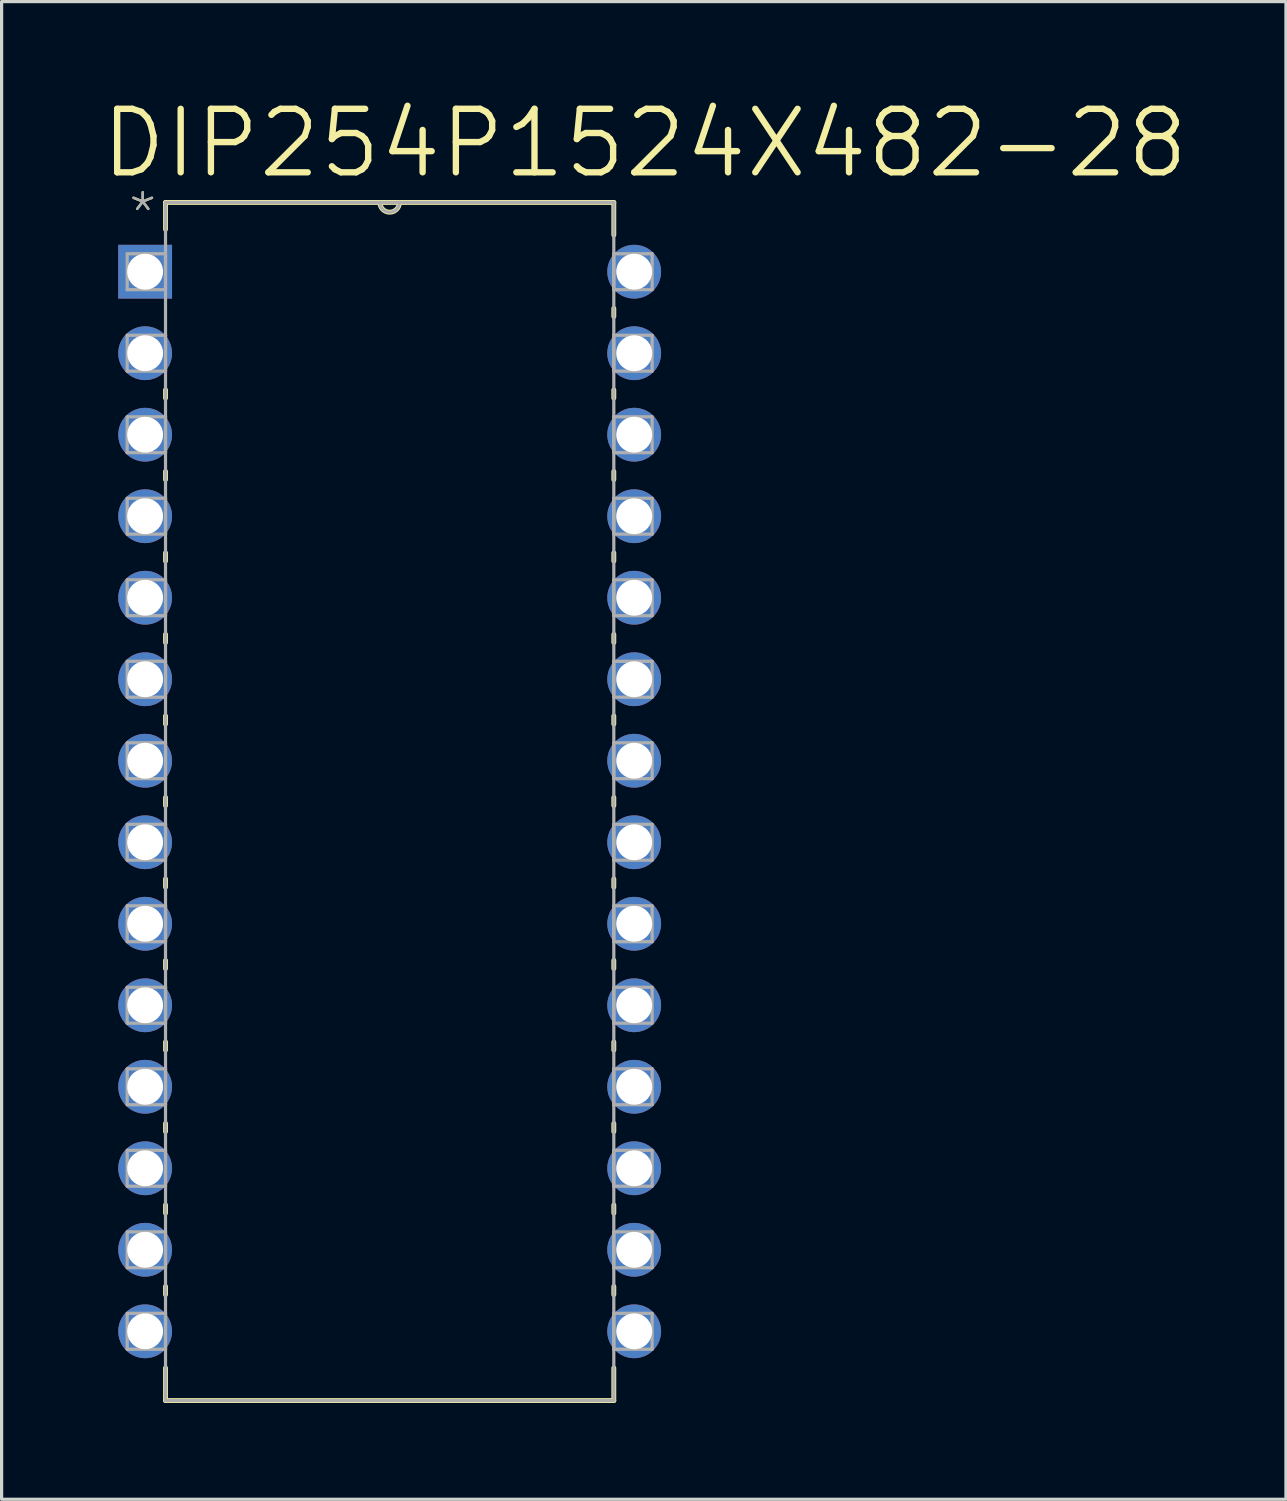
<source format=kicad_pcb>
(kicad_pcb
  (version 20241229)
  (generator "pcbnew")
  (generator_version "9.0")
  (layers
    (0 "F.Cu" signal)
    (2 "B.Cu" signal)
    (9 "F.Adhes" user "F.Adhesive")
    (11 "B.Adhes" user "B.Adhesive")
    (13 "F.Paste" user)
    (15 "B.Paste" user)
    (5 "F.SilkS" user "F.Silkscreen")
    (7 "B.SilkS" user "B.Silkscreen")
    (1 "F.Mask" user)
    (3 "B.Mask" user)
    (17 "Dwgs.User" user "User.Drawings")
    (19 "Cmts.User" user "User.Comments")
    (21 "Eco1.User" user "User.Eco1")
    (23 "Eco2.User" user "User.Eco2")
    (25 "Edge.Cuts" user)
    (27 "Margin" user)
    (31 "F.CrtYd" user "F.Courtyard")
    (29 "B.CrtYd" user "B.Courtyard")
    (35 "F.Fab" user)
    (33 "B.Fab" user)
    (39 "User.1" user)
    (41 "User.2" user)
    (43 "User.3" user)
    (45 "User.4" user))
  (footprint "DIP254P1524X482-28"
    (layer "F.Cu")
    (at 16.713 38.437)
    (property "Reference" "DIP254P1524X482-28" (at -16.713 -35.865 0) (layer "F.SilkS") (effects (font (size 1.979 1.979) (thickness 0.198)) (justify left bottom)))
    (attr through_hole)
    (fp_line (start -14.605 -35.179) (end -14.605 -34.341) (stroke (width 0.152) (type solid)) (layer "F.SilkS"))
    (fp_line (start -14.605 -29.337) (end -14.605 -29.083) (stroke (width 0.152) (type solid)) (layer "F.SilkS"))
    (fp_line (start -14.605 -26.797) (end -14.605 -26.543) (stroke (width 0.152) (type solid)) (layer "F.SilkS"))
    (fp_line (start -14.605 -24.257) (end -14.605 -24.003) (stroke (width 0.152) (type solid)) (layer "F.SilkS"))
    (fp_line (start -14.605 -21.717) (end -14.605 -21.463) (stroke (width 0.152) (type solid)) (layer "F.SilkS"))
    (fp_line (start -14.605 -19.177) (end -14.605 -18.923) (stroke (width 0.152) (type solid)) (layer "F.SilkS"))
    (fp_line (start -14.605 -16.637) (end -14.605 -16.383) (stroke (width 0.152) (type solid)) (layer "F.SilkS"))
    (fp_line (start -14.605 -14.097) (end -14.605 -13.843) (stroke (width 0.152) (type solid)) (layer "F.SilkS"))
    (fp_line (start -14.605 -11.557) (end -14.605 -11.303) (stroke (width 0.152) (type solid)) (layer "F.SilkS"))
    (fp_line (start -14.605 -9.017) (end -14.605 -8.763) (stroke (width 0.152) (type solid)) (layer "F.SilkS"))
    (fp_line (start -14.605 -6.477) (end -14.605 -6.223) (stroke (width 0.152) (type solid)) (layer "F.SilkS"))
    (fp_line (start -14.605 -3.937) (end -14.605 -3.683) (stroke (width 0.152) (type solid)) (layer "F.SilkS"))
    (fp_line (start -14.605 -1.397) (end -14.605 -1.143) (stroke (width 0.152) (type solid)) (layer "F.SilkS"))
    (fp_line (start -14.605 1.143) (end -14.605 2.159) (stroke (width 0.152) (type solid)) (layer "F.SilkS"))
    (fp_line (start -14.605 2.159) (end -0.635 2.159) (stroke (width 0.152) (type solid)) (layer "F.SilkS"))
    (fp_line (start -7.925 -35.179) (end -14.605 -35.179) (stroke (width 0.152) (type solid)) (layer "F.SilkS"))
    (fp_line (start -7.315 -35.179) (end -7.925 -35.179) (stroke (width 0.152) (type solid)) (layer "F.SilkS"))
    (fp_line (start -0.635 -35.179) (end -7.315 -35.179) (stroke (width 0.152) (type solid)) (layer "F.SilkS"))
    (fp_line (start -0.635 -34.163) (end -0.635 -35.179) (stroke (width 0.152) (type solid)) (layer "F.SilkS"))
    (fp_line (start -0.635 -31.623) (end -0.635 -31.877) (stroke (width 0.152) (type solid)) (layer "F.SilkS"))
    (fp_line (start -0.635 -29.083) (end -0.635 -29.337) (stroke (width 0.152) (type solid)) (layer "F.SilkS"))
    (fp_line (start -0.635 -26.543) (end -0.635 -26.797) (stroke (width 0.152) (type solid)) (layer "F.SilkS"))
    (fp_line (start -0.635 -24.003) (end -0.635 -24.257) (stroke (width 0.152) (type solid)) (layer "F.SilkS"))
    (fp_line (start -0.635 -21.463) (end -0.635 -21.717) (stroke (width 0.152) (type solid)) (layer "F.SilkS"))
    (fp_line (start -0.635 -18.923) (end -0.635 -19.177) (stroke (width 0.152) (type solid)) (layer "F.SilkS"))
    (fp_line (start -0.635 -16.383) (end -0.635 -16.637) (stroke (width 0.152) (type solid)) (layer "F.SilkS"))
    (fp_line (start -0.635 -13.843) (end -0.635 -14.097) (stroke (width 0.152) (type solid)) (layer "F.SilkS"))
    (fp_line (start -0.635 -11.303) (end -0.635 -11.557) (stroke (width 0.152) (type solid)) (layer "F.SilkS"))
    (fp_line (start -0.635 -8.763) (end -0.635 -9.017) (stroke (width 0.152) (type solid)) (layer "F.SilkS"))
    (fp_line (start -0.635 -6.223) (end -0.635 -6.477) (stroke (width 0.152) (type solid)) (layer "F.SilkS"))
    (fp_line (start -0.635 -3.683) (end -0.635 -3.937) (stroke (width 0.152) (type solid)) (layer "F.SilkS"))
    (fp_line (start -0.635 -1.143) (end -0.635 -1.397) (stroke (width 0.152) (type solid)) (layer "F.SilkS"))
    (fp_line (start -0.635 2.159) (end -0.635 1.143) (stroke (width 0.152) (type solid)) (layer "F.SilkS"))
    (fp_arc (start -7.3152 -35.179) (mid -7.62 -34.8742) (end -7.9248 -35.179) (stroke (width 0.1524) (type solid)) (layer "F.SilkS"))
    (fp_line (start -15.799 -33.579) (end -15.799 -32.461) (stroke (width 0.1) (type solid)) (layer "F.Fab"))
    (fp_line (start -15.799 -32.461) (end -14.605 -32.461) (stroke (width 0.1) (type solid)) (layer "F.Fab"))
    (fp_line (start -15.799 -31.039) (end -15.799 -29.921) (stroke (width 0.1) (type solid)) (layer "F.Fab"))
    (fp_line (start -15.799 -29.921) (end -14.605 -29.921) (stroke (width 0.1) (type solid)) (layer "F.Fab"))
    (fp_line (start -15.799 -28.499) (end -15.799 -27.381) (stroke (width 0.1) (type solid)) (layer "F.Fab"))
    (fp_line (start -15.799 -27.381) (end -14.605 -27.381) (stroke (width 0.1) (type solid)) (layer "F.Fab"))
    (fp_line (start -15.799 -25.959) (end -15.799 -24.841) (stroke (width 0.1) (type solid)) (layer "F.Fab"))
    (fp_line (start -15.799 -24.841) (end -14.605 -24.841) (stroke (width 0.1) (type solid)) (layer "F.Fab"))
    (fp_line (start -15.799 -23.419) (end -15.799 -22.301) (stroke (width 0.1) (type solid)) (layer "F.Fab"))
    (fp_line (start -15.799 -22.301) (end -14.605 -22.301) (stroke (width 0.1) (type solid)) (layer "F.Fab"))
    (fp_line (start -15.799 -20.879) (end -15.799 -19.761) (stroke (width 0.1) (type solid)) (layer "F.Fab"))
    (fp_line (start -15.799 -19.761) (end -14.605 -19.761) (stroke (width 0.1) (type solid)) (layer "F.Fab"))
    (fp_line (start -15.799 -18.339) (end -15.799 -17.221) (stroke (width 0.1) (type solid)) (layer "F.Fab"))
    (fp_line (start -15.799 -17.221) (end -14.605 -17.221) (stroke (width 0.1) (type solid)) (layer "F.Fab"))
    (fp_line (start -15.799 -15.799) (end -15.799 -14.681) (stroke (width 0.1) (type solid)) (layer "F.Fab"))
    (fp_line (start -15.799 -14.681) (end -14.605 -14.681) (stroke (width 0.1) (type solid)) (layer "F.Fab"))
    (fp_line (start -15.799 -13.259) (end -15.799 -12.141) (stroke (width 0.1) (type solid)) (layer "F.Fab"))
    (fp_line (start -15.799 -12.141) (end -14.605 -12.141) (stroke (width 0.1) (type solid)) (layer "F.Fab"))
    (fp_line (start -15.799 -10.719) (end -15.799 -9.601) (stroke (width 0.1) (type solid)) (layer "F.Fab"))
    (fp_line (start -15.799 -9.601) (end -14.605 -9.601) (stroke (width 0.1) (type solid)) (layer "F.Fab"))
    (fp_line (start -15.799 -8.179) (end -15.799 -7.061) (stroke (width 0.1) (type solid)) (layer "F.Fab"))
    (fp_line (start -15.799 -7.061) (end -14.605 -7.061) (stroke (width 0.1) (type solid)) (layer "F.Fab"))
    (fp_line (start -15.799 -5.639) (end -15.799 -4.521) (stroke (width 0.1) (type solid)) (layer "F.Fab"))
    (fp_line (start -15.799 -4.521) (end -14.605 -4.521) (stroke (width 0.1) (type solid)) (layer "F.Fab"))
    (fp_line (start -15.799 -3.099) (end -15.799 -1.981) (stroke (width 0.1) (type solid)) (layer "F.Fab"))
    (fp_line (start -15.799 -1.981) (end -14.605 -1.981) (stroke (width 0.1) (type solid)) (layer "F.Fab"))
    (fp_line (start -15.799 -0.559) (end -15.799 0.559) (stroke (width 0.1) (type solid)) (layer "F.Fab"))
    (fp_line (start -15.799 0.559) (end -14.605 0.559) (stroke (width 0.1) (type solid)) (layer "F.Fab"))
    (fp_line (start -14.605 -35.179) (end -14.605 2.159) (stroke (width 0.1) (type solid)) (layer "F.Fab"))
    (fp_line (start -14.605 -33.579) (end -15.799 -33.579) (stroke (width 0.1) (type solid)) (layer "F.Fab"))
    (fp_line (start -14.605 -32.461) (end -14.605 -33.579) (stroke (width 0.1) (type solid)) (layer "F.Fab"))
    (fp_line (start -14.605 -31.039) (end -15.799 -31.039) (stroke (width 0.1) (type solid)) (layer "F.Fab"))
    (fp_line (start -14.605 -29.921) (end -14.605 -31.039) (stroke (width 0.1) (type solid)) (layer "F.Fab"))
    (fp_line (start -14.605 -28.499) (end -15.799 -28.499) (stroke (width 0.1) (type solid)) (layer "F.Fab"))
    (fp_line (start -14.605 -27.381) (end -14.605 -28.499) (stroke (width 0.1) (type solid)) (layer "F.Fab"))
    (fp_line (start -14.605 -25.959) (end -15.799 -25.959) (stroke (width 0.1) (type solid)) (layer "F.Fab"))
    (fp_line (start -14.605 -24.841) (end -14.605 -25.959) (stroke (width 0.1) (type solid)) (layer "F.Fab"))
    (fp_line (start -14.605 -23.419) (end -15.799 -23.419) (stroke (width 0.1) (type solid)) (layer "F.Fab"))
    (fp_line (start -14.605 -22.301) (end -14.605 -23.419) (stroke (width 0.1) (type solid)) (layer "F.Fab"))
    (fp_line (start -14.605 -20.879) (end -15.799 -20.879) (stroke (width 0.1) (type solid)) (layer "F.Fab"))
    (fp_line (start -14.605 -19.761) (end -14.605 -20.879) (stroke (width 0.1) (type solid)) (layer "F.Fab"))
    (fp_line (start -14.605 -18.339) (end -15.799 -18.339) (stroke (width 0.1) (type solid)) (layer "F.Fab"))
    (fp_line (start -14.605 -17.221) (end -14.605 -18.339) (stroke (width 0.1) (type solid)) (layer "F.Fab"))
    (fp_line (start -14.605 -15.799) (end -15.799 -15.799) (stroke (width 0.1) (type solid)) (layer "F.Fab"))
    (fp_line (start -14.605 -14.681) (end -14.605 -15.799) (stroke (width 0.1) (type solid)) (layer "F.Fab"))
    (fp_line (start -14.605 -13.259) (end -15.799 -13.259) (stroke (width 0.1) (type solid)) (layer "F.Fab"))
    (fp_line (start -14.605 -12.141) (end -14.605 -13.259) (stroke (width 0.1) (type solid)) (layer "F.Fab"))
    (fp_line (start -14.605 -10.719) (end -15.799 -10.719) (stroke (width 0.1) (type solid)) (layer "F.Fab"))
    (fp_line (start -14.605 -9.601) (end -14.605 -10.719) (stroke (width 0.1) (type solid)) (layer "F.Fab"))
    (fp_line (start -14.605 -8.179) (end -15.799 -8.179) (stroke (width 0.1) (type solid)) (layer "F.Fab"))
    (fp_line (start -14.605 -7.061) (end -14.605 -8.179) (stroke (width 0.1) (type solid)) (layer "F.Fab"))
    (fp_line (start -14.605 -5.639) (end -15.799 -5.639) (stroke (width 0.1) (type solid)) (layer "F.Fab"))
    (fp_line (start -14.605 -4.521) (end -14.605 -5.639) (stroke (width 0.1) (type solid)) (layer "F.Fab"))
    (fp_line (start -14.605 -3.099) (end -15.799 -3.099) (stroke (width 0.1) (type solid)) (layer "F.Fab"))
    (fp_line (start -14.605 -1.981) (end -14.605 -3.099) (stroke (width 0.1) (type solid)) (layer "F.Fab"))
    (fp_line (start -14.605 -0.559) (end -15.799 -0.559) (stroke (width 0.1) (type solid)) (layer "F.Fab"))
    (fp_line (start -14.605 0.559) (end -14.605 -0.559) (stroke (width 0.1) (type solid)) (layer "F.Fab"))
    (fp_line (start -14.605 2.159) (end -0.635 2.159) (stroke (width 0.1) (type solid)) (layer "F.Fab"))
    (fp_line (start -7.925 -35.179) (end -14.605 -35.179) (stroke (width 0.1) (type solid)) (layer "F.Fab"))
    (fp_line (start -7.315 -35.179) (end -7.925 -35.179) (stroke (width 0.1) (type solid)) (layer "F.Fab"))
    (fp_line (start -0.635 -35.179) (end -7.315 -35.179) (stroke (width 0.1) (type solid)) (layer "F.Fab"))
    (fp_line (start -0.635 -33.579) (end -0.635 -32.461) (stroke (width 0.1) (type solid)) (layer "F.Fab"))
    (fp_line (start -0.635 -32.461) (end 0.559 -32.461) (stroke (width 0.1) (type solid)) (layer "F.Fab"))
    (fp_line (start -0.635 -31.039) (end -0.635 -29.921) (stroke (width 0.1) (type solid)) (layer "F.Fab"))
    (fp_line (start -0.635 -29.921) (end 0.559 -29.921) (stroke (width 0.1) (type solid)) (layer "F.Fab"))
    (fp_line (start -0.635 -28.499) (end -0.635 -27.381) (stroke (width 0.1) (type solid)) (layer "F.Fab"))
    (fp_line (start -0.635 -27.381) (end 0.559 -27.381) (stroke (width 0.1) (type solid)) (layer "F.Fab"))
    (fp_line (start -0.635 -25.959) (end -0.635 -24.841) (stroke (width 0.1) (type solid)) (layer "F.Fab"))
    (fp_line (start -0.635 -24.841) (end 0.559 -24.841) (stroke (width 0.1) (type solid)) (layer "F.Fab"))
    (fp_line (start -0.635 -23.419) (end -0.635 -22.301) (stroke (width 0.1) (type solid)) (layer "F.Fab"))
    (fp_line (start -0.635 -22.301) (end 0.559 -22.301) (stroke (width 0.1) (type solid)) (layer "F.Fab"))
    (fp_line (start -0.635 -20.879) (end -0.635 -19.761) (stroke (width 0.1) (type solid)) (layer "F.Fab"))
    (fp_line (start -0.635 -19.761) (end 0.559 -19.761) (stroke (width 0.1) (type solid)) (layer "F.Fab"))
    (fp_line (start -0.635 -18.339) (end -0.635 -17.221) (stroke (width 0.1) (type solid)) (layer "F.Fab"))
    (fp_line (start -0.635 -17.221) (end 0.559 -17.221) (stroke (width 0.1) (type solid)) (layer "F.Fab"))
    (fp_line (start -0.635 -15.799) (end -0.635 -14.681) (stroke (width 0.1) (type solid)) (layer "F.Fab"))
    (fp_line (start -0.635 -14.681) (end 0.559 -14.681) (stroke (width 0.1) (type solid)) (layer "F.Fab"))
    (fp_line (start -0.635 -13.259) (end -0.635 -12.141) (stroke (width 0.1) (type solid)) (layer "F.Fab"))
    (fp_line (start -0.635 -12.141) (end 0.559 -12.141) (stroke (width 0.1) (type solid)) (layer "F.Fab"))
    (fp_line (start -0.635 -10.719) (end -0.635 -9.601) (stroke (width 0.1) (type solid)) (layer "F.Fab"))
    (fp_line (start -0.635 -9.601) (end 0.559 -9.601) (stroke (width 0.1) (type solid)) (layer "F.Fab"))
    (fp_line (start -0.635 -8.179) (end -0.635 -7.061) (stroke (width 0.1) (type solid)) (layer "F.Fab"))
    (fp_line (start -0.635 -7.061) (end 0.559 -7.061) (stroke (width 0.1) (type solid)) (layer "F.Fab"))
    (fp_line (start -0.635 -5.639) (end -0.635 -4.521) (stroke (width 0.1) (type solid)) (layer "F.Fab"))
    (fp_line (start -0.635 -4.521) (end 0.559 -4.521) (stroke (width 0.1) (type solid)) (layer "F.Fab"))
    (fp_line (start -0.635 -3.099) (end -0.635 -1.981) (stroke (width 0.1) (type solid)) (layer "F.Fab"))
    (fp_line (start -0.635 -1.981) (end 0.559 -1.981) (stroke (width 0.1) (type solid)) (layer "F.Fab"))
    (fp_line (start -0.635 -0.559) (end -0.635 0.559) (stroke (width 0.1) (type solid)) (layer "F.Fab"))
    (fp_line (start -0.635 0.559) (end 0.559 0.559) (stroke (width 0.1) (type solid)) (layer "F.Fab"))
    (fp_line (start -0.635 2.159) (end -0.635 -35.179) (stroke (width 0.1) (type solid)) (layer "F.Fab"))
    (fp_line (start 0.559 -33.579) (end -0.635 -33.579) (stroke (width 0.1) (type solid)) (layer "F.Fab"))
    (fp_line (start 0.559 -32.461) (end 0.559 -33.579) (stroke (width 0.1) (type solid)) (layer "F.Fab"))
    (fp_line (start 0.559 -31.039) (end -0.635 -31.039) (stroke (width 0.1) (type solid)) (layer "F.Fab"))
    (fp_line (start 0.559 -29.921) (end 0.559 -31.039) (stroke (width 0.1) (type solid)) (layer "F.Fab"))
    (fp_line (start 0.559 -28.499) (end -0.635 -28.499) (stroke (width 0.1) (type solid)) (layer "F.Fab"))
    (fp_line (start 0.559 -27.381) (end 0.559 -28.499) (stroke (width 0.1) (type solid)) (layer "F.Fab"))
    (fp_line (start 0.559 -25.959) (end -0.635 -25.959) (stroke (width 0.1) (type solid)) (layer "F.Fab"))
    (fp_line (start 0.559 -24.841) (end 0.559 -25.959) (stroke (width 0.1) (type solid)) (layer "F.Fab"))
    (fp_line (start 0.559 -23.419) (end -0.635 -23.419) (stroke (width 0.1) (type solid)) (layer "F.Fab"))
    (fp_line (start 0.559 -22.301) (end 0.559 -23.419) (stroke (width 0.1) (type solid)) (layer "F.Fab"))
    (fp_line (start 0.559 -20.879) (end -0.635 -20.879) (stroke (width 0.1) (type solid)) (layer "F.Fab"))
    (fp_line (start 0.559 -19.761) (end 0.559 -20.879) (stroke (width 0.1) (type solid)) (layer "F.Fab"))
    (fp_line (start 0.559 -18.339) (end -0.635 -18.339) (stroke (width 0.1) (type solid)) (layer "F.Fab"))
    (fp_line (start 0.559 -17.221) (end 0.559 -18.339) (stroke (width 0.1) (type solid)) (layer "F.Fab"))
    (fp_line (start 0.559 -15.799) (end -0.635 -15.799) (stroke (width 0.1) (type solid)) (layer "F.Fab"))
    (fp_line (start 0.559 -14.681) (end 0.559 -15.799) (stroke (width 0.1) (type solid)) (layer "F.Fab"))
    (fp_line (start 0.559 -13.259) (end -0.635 -13.259) (stroke (width 0.1) (type solid)) (layer "F.Fab"))
    (fp_line (start 0.559 -12.141) (end 0.559 -13.259) (stroke (width 0.1) (type solid)) (layer "F.Fab"))
    (fp_line (start 0.559 -10.719) (end -0.635 -10.719) (stroke (width 0.1) (type solid)) (layer "F.Fab"))
    (fp_line (start 0.559 -9.601) (end 0.559 -10.719) (stroke (width 0.1) (type solid)) (layer "F.Fab"))
    (fp_line (start 0.559 -8.179) (end -0.635 -8.179) (stroke (width 0.1) (type solid)) (layer "F.Fab"))
    (fp_line (start 0.559 -7.061) (end 0.559 -8.179) (stroke (width 0.1) (type solid)) (layer "F.Fab"))
    (fp_line (start 0.559 -5.639) (end -0.635 -5.639) (stroke (width 0.1) (type solid)) (layer "F.Fab"))
    (fp_line (start 0.559 -4.521) (end 0.559 -5.639) (stroke (width 0.1) (type solid)) (layer "F.Fab"))
    (fp_line (start 0.559 -3.099) (end -0.635 -3.099) (stroke (width 0.1) (type solid)) (layer "F.Fab"))
    (fp_line (start 0.559 -1.981) (end 0.559 -3.099) (stroke (width 0.1) (type solid)) (layer "F.Fab"))
    (fp_line (start 0.559 -0.559) (end -0.635 -0.559) (stroke (width 0.1) (type solid)) (layer "F.Fab"))
    (fp_line (start 0.559 0.559) (end 0.559 -0.559) (stroke (width 0.1) (type solid)) (layer "F.Fab"))
    (fp_arc (start -7.3152 -35.179) (mid -7.62 -34.8742) (end -7.9248 -35.179) (stroke (width 0.1) (type solid)) (layer "F.Fab"))
    (fp_text user "*" (at -15.824 -34.138 0) (layer "F.SilkS") (effects (font (size 1.206 1.206) (thickness 0.076)) (justify left bottom)))
    (fp_text user "*" (at -15.824 -34.138 0) (layer "F.Fab") (effects (font (size 1.206 1.206) (thickness 0.076)) (justify left bottom)))
    (pad "1" thru_hole rect (at -15.24 -33.02) (size 1.676 1.676) (drill 1.118) (layers "*.Cu" "*.Mask"))
    (pad "2" thru_hole circle (at -15.24 -30.48) (size 1.676 1.676) (drill 1.118) (layers "*.Cu" "*.Mask"))
    (pad "3" thru_hole circle (at -15.24 -27.94) (size 1.676 1.676) (drill 1.118) (layers "*.Cu" "*.Mask"))
    (pad "4" thru_hole circle (at -15.24 -25.4) (size 1.676 1.676) (drill 1.118) (layers "*.Cu" "*.Mask"))
    (pad "5" thru_hole circle (at -15.24 -22.86) (size 1.676 1.676) (drill 1.118) (layers "*.Cu" "*.Mask"))
    (pad "6" thru_hole circle (at -15.24 -20.32) (size 1.676 1.676) (drill 1.118) (layers "*.Cu" "*.Mask"))
    (pad "7" thru_hole circle (at -15.24 -17.78) (size 1.676 1.676) (drill 1.118) (layers "*.Cu" "*.Mask"))
    (pad "8" thru_hole circle (at -15.24 -15.24) (size 1.676 1.676) (drill 1.118) (layers "*.Cu" "*.Mask"))
    (pad "9" thru_hole circle (at -15.24 -12.7) (size 1.676 1.676) (drill 1.118) (layers "*.Cu" "*.Mask"))
    (pad "10" thru_hole circle (at -15.24 -10.16) (size 1.676 1.676) (drill 1.118) (layers "*.Cu" "*.Mask"))
    (pad "11" thru_hole circle (at -15.24 -7.62) (size 1.676 1.676) (drill 1.118) (layers "*.Cu" "*.Mask"))
    (pad "12" thru_hole circle (at -15.24 -5.08) (size 1.676 1.676) (drill 1.118) (layers "*.Cu" "*.Mask"))
    (pad "13" thru_hole circle (at -15.24 -2.54) (size 1.676 1.676) (drill 1.118) (layers "*.Cu" "*.Mask"))
    (pad "14" thru_hole circle (at -15.24 0) (size 1.676 1.676) (drill 1.118) (layers "*.Cu" "*.Mask"))
    (pad "15" thru_hole circle (at 0 0) (size 1.676 1.676) (drill 1.118) (layers "*.Cu" "*.Mask"))
    (pad "16" thru_hole circle (at 0 -2.54) (size 1.676 1.676) (drill 1.118) (layers "*.Cu" "*.Mask"))
    (pad "17" thru_hole circle (at 0 -5.08) (size 1.676 1.676) (drill 1.118) (layers "*.Cu" "*.Mask"))
    (pad "18" thru_hole circle (at 0 -7.62) (size 1.676 1.676) (drill 1.118) (layers "*.Cu" "*.Mask"))
    (pad "19" thru_hole circle (at 0 -10.16) (size 1.676 1.676) (drill 1.118) (layers "*.Cu" "*.Mask"))
    (pad "20" thru_hole circle (at 0 -12.7) (size 1.676 1.676) (drill 1.118) (layers "*.Cu" "*.Mask"))
    (pad "21" thru_hole circle (at 0 -15.24) (size 1.676 1.676) (drill 1.118) (layers "*.Cu" "*.Mask"))
    (pad "22" thru_hole circle (at 0 -17.78) (size 1.676 1.676) (drill 1.118) (layers "*.Cu" "*.Mask"))
    (pad "23" thru_hole circle (at 0 -20.32) (size 1.676 1.676) (drill 1.118) (layers "*.Cu" "*.Mask"))
    (pad "24" thru_hole circle (at 0 -22.86) (size 1.676 1.676) (drill 1.118) (layers "*.Cu" "*.Mask"))
    (pad "25" thru_hole circle (at 0 -25.4) (size 1.676 1.676) (drill 1.118) (layers "*.Cu" "*.Mask"))
    (pad "26" thru_hole circle (at 0 -27.94) (size 1.676 1.676) (drill 1.118) (layers "*.Cu" "*.Mask"))
    (pad "27" thru_hole circle (at 0 -30.48) (size 1.676 1.676) (drill 1.118) (layers "*.Cu" "*.Mask"))
    (pad "28" thru_hole circle (at 0 -33.02) (size 1.676 1.676) (drill 1.118) (layers "*.Cu" "*.Mask")))
  (gr_rect
    (start -3 -3)
    (end 37.024 43.672)
    (stroke (width 0.1) (type default))
    (fill no)
    (layer "Edge.Cuts")))
</source>
